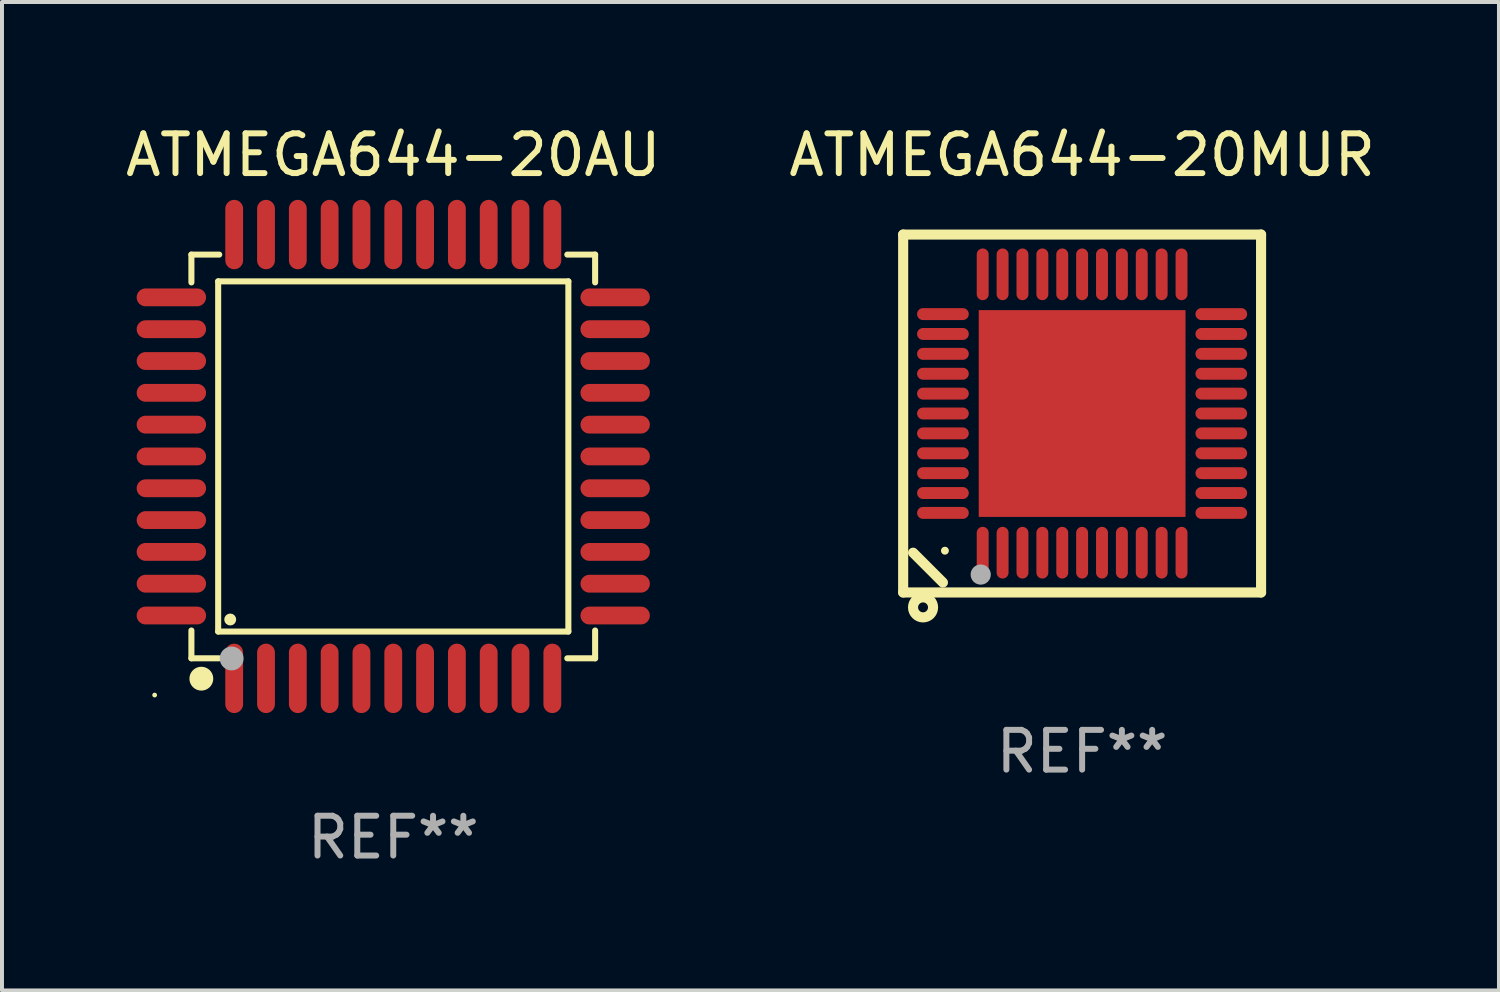
<source format=kicad_pcb>
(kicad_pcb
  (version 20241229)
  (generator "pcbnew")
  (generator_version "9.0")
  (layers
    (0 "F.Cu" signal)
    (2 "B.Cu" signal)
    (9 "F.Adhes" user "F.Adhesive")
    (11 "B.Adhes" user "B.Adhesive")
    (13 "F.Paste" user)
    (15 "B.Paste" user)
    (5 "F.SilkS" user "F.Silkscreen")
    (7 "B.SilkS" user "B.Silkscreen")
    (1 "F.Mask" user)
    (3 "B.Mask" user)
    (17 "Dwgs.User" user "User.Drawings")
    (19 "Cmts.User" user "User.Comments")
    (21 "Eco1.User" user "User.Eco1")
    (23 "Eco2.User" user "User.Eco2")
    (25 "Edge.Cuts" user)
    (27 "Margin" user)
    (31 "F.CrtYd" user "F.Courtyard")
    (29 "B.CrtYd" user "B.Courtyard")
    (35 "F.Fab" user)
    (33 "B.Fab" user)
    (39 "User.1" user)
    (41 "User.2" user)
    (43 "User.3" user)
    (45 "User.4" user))
  (footprint "ATMEGA644-20AU"
    (layer "F.Cu")
    (at 6.839 8.428)
    (property "Reference" "ATMEGA644-20AU" (at 0 -7.58 0) (layer "F.SilkS") (effects (font (size 1 1) (thickness 0.15))))
    (attr through_hole)
    (fp_line (start -5.076 -5.076) (end -5.076 -4.376) (stroke (width 0.152) (type solid)) (layer "F.SilkS"))
    (fp_line (start -5.076 5.076) (end -5.076 4.376) (stroke (width 0.152) (type solid)) (layer "F.SilkS"))
    (fp_line (start -4.403 -4.403) (end 4.403 -4.403) (stroke (width 0.152) (type solid)) (layer "F.SilkS"))
    (fp_line (start -4.403 4.403) (end -4.403 -4.403) (stroke (width 0.152) (type solid)) (layer "F.SilkS"))
    (fp_line (start -4.376 -5.076) (end -5.076 -5.076) (stroke (width 0.152) (type solid)) (layer "F.SilkS"))
    (fp_line (start -4.376 5.076) (end -5.076 5.076) (stroke (width 0.152) (type solid)) (layer "F.SilkS"))
    (fp_line (start 4.376 -5.076) (end 5.076 -5.076) (stroke (width 0.152) (type solid)) (layer "F.SilkS"))
    (fp_line (start 4.376 5.076) (end 5.076 5.076) (stroke (width 0.152) (type solid)) (layer "F.SilkS"))
    (fp_line (start 4.403 -4.403) (end 4.403 4.403) (stroke (width 0.152) (type solid)) (layer "F.SilkS"))
    (fp_line (start 4.403 4.403) (end -4.403 4.403) (stroke (width 0.152) (type solid)) (layer "F.SilkS"))
    (fp_line (start 5.076 -5.076) (end 5.076 -4.376) (stroke (width 0.152) (type solid)) (layer "F.SilkS"))
    (fp_line (start 5.076 5.076) (end 5.076 4.376) (stroke (width 0.152) (type solid)) (layer "F.SilkS"))
    (fp_circle (center -6 6) (end -5.97 6) (stroke (width 0.06) (type solid)) (fill no) (layer "F.SilkS"))
    (fp_circle (center -4.826 5.588) (end -4.676 5.588) (stroke (width 0.3) (type solid)) (fill no) (layer "F.SilkS"))
    (fp_circle (center -4.1 4.1) (end -4.025 4.1) (stroke (width 0.15) (type solid)) (fill no) (layer "F.SilkS"))
    (fp_circle (center -4.064 5.08) (end -3.914 5.08) (stroke (width 0.3) (type solid)) (fill no) (layer "F.Fab"))
    (fp_text user "REF**" (at 0 9.58 0) (layer "F.Fab") (effects (font (size 1 1) (thickness 0.15))))
    (pad "1" smd oval (at -4 5.58) (size 0.448 1.745) (layers "F.Cu" "F.Mask" "F.Paste"))
    (pad "2" smd oval (at -3.2 5.58) (size 0.448 1.745) (layers "F.Cu" "F.Mask" "F.Paste"))
    (pad "3" smd oval (at -2.4 5.58) (size 0.448 1.745) (layers "F.Cu" "F.Mask" "F.Paste"))
    (pad "4" smd oval (at -1.6 5.58) (size 0.448 1.745) (layers "F.Cu" "F.Mask" "F.Paste"))
    (pad "5" smd oval (at -0.8 5.58) (size 0.448 1.745) (layers "F.Cu" "F.Mask" "F.Paste"))
    (pad "6" smd oval (at 0 5.58) (size 0.448 1.745) (layers "F.Cu" "F.Mask" "F.Paste"))
    (pad "7" smd oval (at 0.8 5.58) (size 0.448 1.745) (layers "F.Cu" "F.Mask" "F.Paste"))
    (pad "8" smd oval (at 1.6 5.58) (size 0.448 1.745) (layers "F.Cu" "F.Mask" "F.Paste"))
    (pad "9" smd oval (at 2.4 5.58) (size 0.448 1.745) (layers "F.Cu" "F.Mask" "F.Paste"))
    (pad "10" smd oval (at 3.2 5.58) (size 0.448 1.745) (layers "F.Cu" "F.Mask" "F.Paste"))
    (pad "11" smd oval (at 4 5.58) (size 0.448 1.745) (layers "F.Cu" "F.Mask" "F.Paste"))
    (pad "12" smd oval (at 5.58 4) (size 1.745 0.448) (layers "F.Cu" "F.Mask" "F.Paste"))
    (pad "13" smd oval (at 5.58 3.2) (size 1.745 0.448) (layers "F.Cu" "F.Mask" "F.Paste"))
    (pad "14" smd oval (at 5.58 2.4) (size 1.745 0.448) (layers "F.Cu" "F.Mask" "F.Paste"))
    (pad "15" smd oval (at 5.58 1.6) (size 1.745 0.448) (layers "F.Cu" "F.Mask" "F.Paste"))
    (pad "16" smd oval (at 5.58 0.8) (size 1.745 0.448) (layers "F.Cu" "F.Mask" "F.Paste"))
    (pad "17" smd oval (at 5.58 0) (size 1.745 0.448) (layers "F.Cu" "F.Mask" "F.Paste"))
    (pad "18" smd oval (at 5.58 -0.8) (size 1.745 0.448) (layers "F.Cu" "F.Mask" "F.Paste"))
    (pad "19" smd oval (at 5.58 -1.6) (size 1.745 0.448) (layers "F.Cu" "F.Mask" "F.Paste"))
    (pad "20" smd oval (at 5.58 -2.4) (size 1.745 0.448) (layers "F.Cu" "F.Mask" "F.Paste"))
    (pad "21" smd oval (at 5.58 -3.2) (size 1.745 0.448) (layers "F.Cu" "F.Mask" "F.Paste"))
    (pad "22" smd oval (at 5.58 -4) (size 1.745 0.448) (layers "F.Cu" "F.Mask" "F.Paste"))
    (pad "23" smd oval (at 4 -5.58) (size 0.448 1.745) (layers "F.Cu" "F.Mask" "F.Paste"))
    (pad "24" smd oval (at 3.2 -5.58) (size 0.448 1.745) (layers "F.Cu" "F.Mask" "F.Paste"))
    (pad "25" smd oval (at 2.4 -5.58) (size 0.448 1.745) (layers "F.Cu" "F.Mask" "F.Paste"))
    (pad "26" smd oval (at 1.6 -5.58) (size 0.448 1.745) (layers "F.Cu" "F.Mask" "F.Paste"))
    (pad "27" smd oval (at 0.8 -5.58) (size 0.448 1.745) (layers "F.Cu" "F.Mask" "F.Paste"))
    (pad "28" smd oval (at 0 -5.58) (size 0.448 1.745) (layers "F.Cu" "F.Mask" "F.Paste"))
    (pad "29" smd oval (at -0.8 -5.58) (size 0.448 1.745) (layers "F.Cu" "F.Mask" "F.Paste"))
    (pad "30" smd oval (at -1.6 -5.58) (size 0.448 1.745) (layers "F.Cu" "F.Mask" "F.Paste"))
    (pad "31" smd oval (at -2.4 -5.58) (size 0.448 1.745) (layers "F.Cu" "F.Mask" "F.Paste"))
    (pad "32" smd oval (at -3.2 -5.58) (size 0.448 1.745) (layers "F.Cu" "F.Mask" "F.Paste"))
    (pad "33" smd oval (at -4 -5.58) (size 0.448 1.745) (layers "F.Cu" "F.Mask" "F.Paste"))
    (pad "34" smd oval (at -5.58 -4) (size 1.745 0.448) (layers "F.Cu" "F.Mask" "F.Paste"))
    (pad "35" smd oval (at -5.58 -3.2) (size 1.745 0.448) (layers "F.Cu" "F.Mask" "F.Paste"))
    (pad "36" smd oval (at -5.58 -2.4) (size 1.745 0.448) (layers "F.Cu" "F.Mask" "F.Paste"))
    (pad "37" smd oval (at -5.58 -1.6) (size 1.745 0.448) (layers "F.Cu" "F.Mask" "F.Paste"))
    (pad "38" smd oval (at -5.58 -0.8) (size 1.745 0.448) (layers "F.Cu" "F.Mask" "F.Paste"))
    (pad "39" smd oval (at -5.58 0) (size 1.745 0.448) (layers "F.Cu" "F.Mask" "F.Paste"))
    (pad "40" smd oval (at -5.58 0.8) (size 1.745 0.448) (layers "F.Cu" "F.Mask" "F.Paste"))
    (pad "41" smd oval (at -5.58 1.6) (size 1.745 0.448) (layers "F.Cu" "F.Mask" "F.Paste"))
    (pad "42" smd oval (at -5.58 2.4) (size 1.745 0.448) (layers "F.Cu" "F.Mask" "F.Paste"))
    (pad "43" smd oval (at -5.58 3.2) (size 1.745 0.448) (layers "F.Cu" "F.Mask" "F.Paste"))
    (pad "44" smd oval (at -5.58 4) (size 1.745 0.448) (layers "F.Cu" "F.Mask" "F.Paste")))
  (footprint "ATMEGA644-20MUR"
    (layer "F.Cu")
    (at 24.161 7.348)
    (property "Reference" "ATMEGA644-20MUR" (at 0 -6.5 0) (layer "F.SilkS") (effects (font (size 1 1) (thickness 0.15))))
    (attr through_hole)
    (fp_line (start -4.5 -4.5) (end -4.5 4.5) (stroke (width 0.254) (type solid)) (layer "F.SilkS"))
    (fp_line (start -4.5 4.5) (end 4.5 4.5) (stroke (width 0.254) (type solid)) (layer "F.SilkS"))
    (fp_line (start -3.5 4.25) (end -4.25 3.5) (stroke (width 0.254) (type solid)) (layer "F.SilkS"))
    (fp_line (start 4.5 -4.5) (end -4.5 -4.5) (stroke (width 0.254) (type solid)) (layer "F.SilkS"))
    (fp_line (start 4.5 4.5) (end 4.5 -4.5) (stroke (width 0.254) (type solid)) (layer "F.SilkS"))
    (fp_circle (center -4 4.875) (end -3.875 4.875) (stroke (width 0.254) (type solid)) (fill no) (layer "F.SilkS"))
    (fp_circle (center -3.45 3.45) (end -3.4 3.45) (stroke (width 0.1) (type solid)) (fill no) (layer "F.SilkS"))
    (fp_circle (center -2.55 4.05) (end -2.423 4.05) (stroke (width 0.254) (type solid)) (fill no) (layer "F.Fab"))
    (fp_text user "REF**" (at 0 8.5 0) (layer "F.Fab") (effects (font (size 1 1) (thickness 0.15))))
    (pad "1" smd oval (at -2.5 3.5 90) (size 1.3 0.3) (layers "F.Cu" "F.Mask" "F.Paste"))
    (pad "2" smd oval (at -2 3.5 90) (size 1.3 0.3) (layers "F.Cu" "F.Mask" "F.Paste"))
    (pad "3" smd oval (at -1.5 3.5 90) (size 1.3 0.3) (layers "F.Cu" "F.Mask" "F.Paste"))
    (pad "4" smd oval (at -1 3.5 90) (size 1.3 0.3) (layers "F.Cu" "F.Mask" "F.Paste"))
    (pad "5" smd oval (at -0.5 3.5 90) (size 1.3 0.3) (layers "F.Cu" "F.Mask" "F.Paste"))
    (pad "6" smd oval (at 0.000025 3.5 90) (size 1.3 0.3) (layers "F.Cu" "F.Mask" "F.Paste"))
    (pad "7" smd oval (at 0.5 3.5 90) (size 1.3 0.3) (layers "F.Cu" "F.Mask" "F.Paste"))
    (pad "8" smd oval (at 1 3.5 90) (size 1.3 0.3) (layers "F.Cu" "F.Mask" "F.Paste"))
    (pad "9" smd oval (at 1.5 3.5 90) (size 1.3 0.3) (layers "F.Cu" "F.Mask" "F.Paste"))
    (pad "10" smd oval (at 2 3.5 90) (size 1.3 0.3) (layers "F.Cu" "F.Mask" "F.Paste"))
    (pad "11" smd oval (at 2.5 3.5 90) (size 1.3 0.3) (layers "F.Cu" "F.Mask" "F.Paste"))
    (pad "12" smd oval (at 3.5 2.5 90) (size 0.3 1.3) (layers "F.Cu" "F.Mask" "F.Paste"))
    (pad "13" smd oval (at 3.5 2 90) (size 0.3 1.3) (layers "F.Cu" "F.Mask" "F.Paste"))
    (pad "14" smd oval (at 3.5 1.5 90) (size 0.3 1.3) (layers "F.Cu" "F.Mask" "F.Paste"))
    (pad "15" smd oval (at 3.5 1 90) (size 0.3 1.3) (layers "F.Cu" "F.Mask" "F.Paste"))
    (pad "16" smd oval (at 3.5 0.5 90) (size 0.3 1.3) (layers "F.Cu" "F.Mask" "F.Paste"))
    (pad "17" smd oval (at 3.5 0.000025 90) (size 0.3 1.3) (layers "F.Cu" "F.Mask" "F.Paste"))
    (pad "18" smd oval (at 3.5 -0.5 90) (size 0.3 1.3) (layers "F.Cu" "F.Mask" "F.Paste"))
    (pad "19" smd oval (at 3.5 -1 90) (size 0.3 1.3) (layers "F.Cu" "F.Mask" "F.Paste"))
    (pad "20" smd oval (at 3.5 -1.5 90) (size 0.3 1.3) (layers "F.Cu" "F.Mask" "F.Paste"))
    (pad "21" smd oval (at 3.5 -2 90) (size 0.3 1.3) (layers "F.Cu" "F.Mask" "F.Paste"))
    (pad "22" smd oval (at 3.5 -2.5 90) (size 0.3 1.3) (layers "F.Cu" "F.Mask" "F.Paste"))
    (pad "23" smd oval (at 2.5 -3.5 90) (size 1.3 0.3) (layers "F.Cu" "F.Mask" "F.Paste"))
    (pad "24" smd oval (at 2 -3.5 90) (size 1.3 0.3) (layers "F.Cu" "F.Mask" "F.Paste"))
    (pad "25" smd oval (at 1.5 -3.5 90) (size 1.3 0.3) (layers "F.Cu" "F.Mask" "F.Paste"))
    (pad "26" smd oval (at 1 -3.5 90) (size 1.3 0.3) (layers "F.Cu" "F.Mask" "F.Paste"))
    (pad "27" smd oval (at 0.5 -3.5 90) (size 1.3 0.3) (layers "F.Cu" "F.Mask" "F.Paste"))
    (pad "28" smd oval (at 0.000025 -3.5 90) (size 1.3 0.3) (layers "F.Cu" "F.Mask" "F.Paste"))
    (pad "29" smd oval (at -0.5 -3.5 90) (size 1.3 0.3) (layers "F.Cu" "F.Mask" "F.Paste"))
    (pad "30" smd oval (at -1 -3.5 90) (size 1.3 0.3) (layers "F.Cu" "F.Mask" "F.Paste"))
    (pad "31" smd oval (at -1.5 -3.5 90) (size 1.3 0.3) (layers "F.Cu" "F.Mask" "F.Paste"))
    (pad "32" smd oval (at -2 -3.5 90) (size 1.3 0.3) (layers "F.Cu" "F.Mask" "F.Paste"))
    (pad "33" smd oval (at -2.5 -3.5 90) (size 1.3 0.3) (layers "F.Cu" "F.Mask" "F.Paste"))
    (pad "34" smd oval (at -3.5 -2.5 90) (size 0.3 1.3) (layers "F.Cu" "F.Mask" "F.Paste"))
    (pad "35" smd oval (at -3.5 -2 90) (size 0.3 1.3) (layers "F.Cu" "F.Mask" "F.Paste"))
    (pad "36" smd oval (at -3.5 -1.5 90) (size 0.3 1.3) (layers "F.Cu" "F.Mask" "F.Paste"))
    (pad "37" smd oval (at -3.5 -1 90) (size 0.3 1.3) (layers "F.Cu" "F.Mask" "F.Paste"))
    (pad "38" smd oval (at -3.5 -0.5 90) (size 0.3 1.3) (layers "F.Cu" "F.Mask" "F.Paste"))
    (pad "39" smd oval (at -3.5 0.000025 90) (size 0.3 1.3) (layers "F.Cu" "F.Mask" "F.Paste"))
    (pad "40" smd oval (at -3.5 0.5 90) (size 0.3 1.3) (layers "F.Cu" "F.Mask" "F.Paste"))
    (pad "41" smd oval (at -3.5 1 90) (size 0.3 1.3) (layers "F.Cu" "F.Mask" "F.Paste"))
    (pad "42" smd oval (at -3.5 1.5 90) (size 0.3 1.3) (layers "F.Cu" "F.Mask" "F.Paste"))
    (pad "43" smd oval (at -3.5 2 90) (size 0.3 1.3) (layers "F.Cu" "F.Mask" "F.Paste"))
    (pad "44" smd oval (at -3.5 2.5 90) (size 0.3 1.3) (layers "F.Cu" "F.Mask" "F.Paste"))
    (pad "45" smd rect (at 0.000025 0.000025 90) (size 5.2 5.2) (layers "F.Cu" "F.Mask" "F.Paste")))
  (gr_rect
    (start -3 -3)
    (end 34.643 21.856)
    (stroke (width 0.1) (type default))
    (fill no)
    (layer "Edge.Cuts")))
</source>
